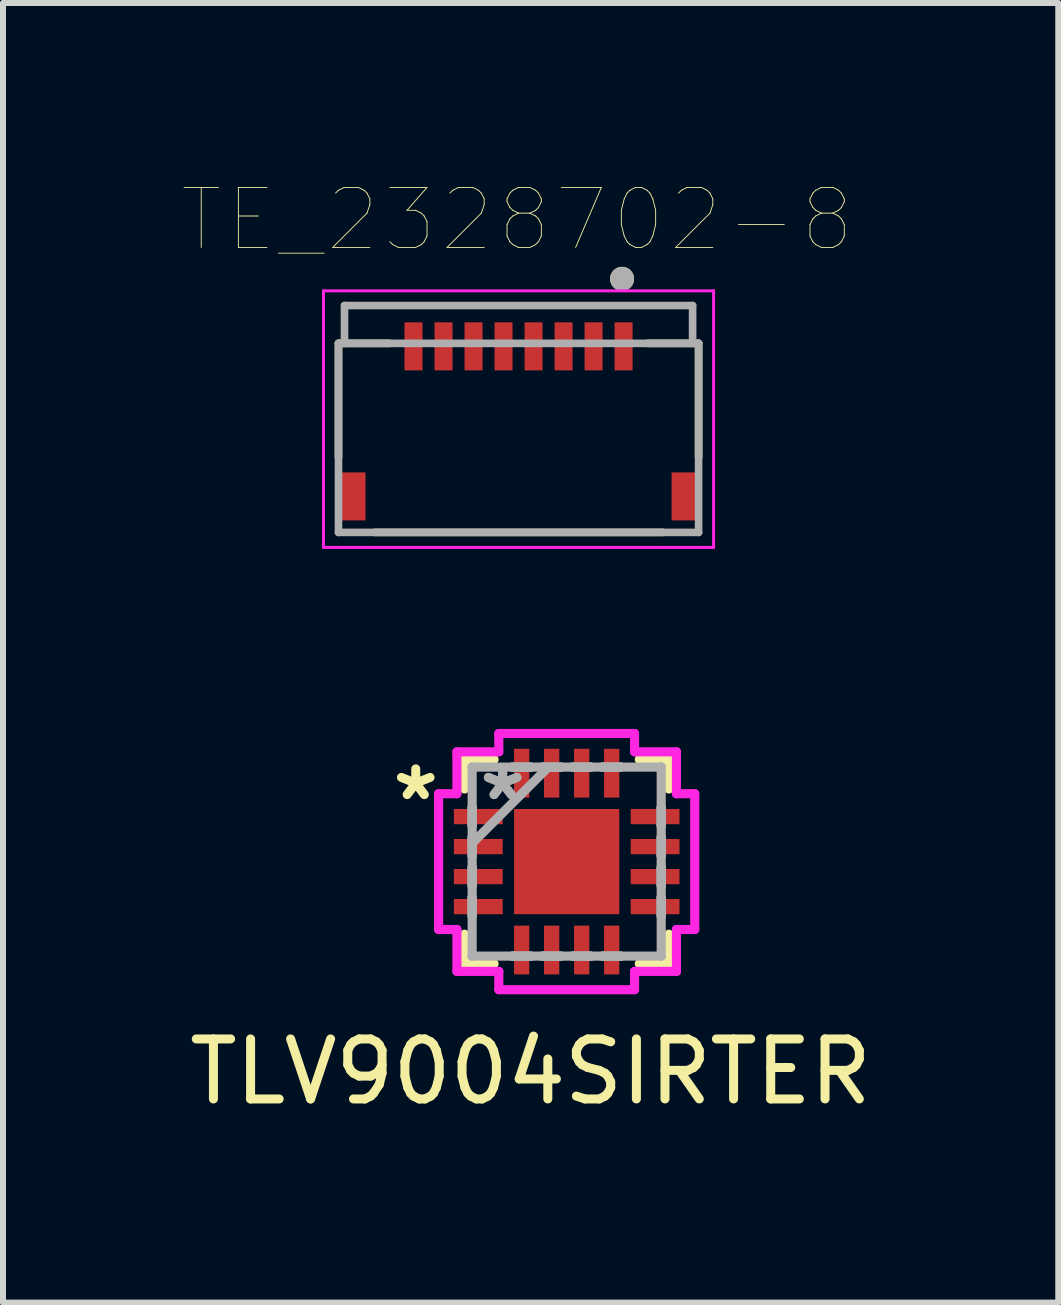
<source format=kicad_pcb>
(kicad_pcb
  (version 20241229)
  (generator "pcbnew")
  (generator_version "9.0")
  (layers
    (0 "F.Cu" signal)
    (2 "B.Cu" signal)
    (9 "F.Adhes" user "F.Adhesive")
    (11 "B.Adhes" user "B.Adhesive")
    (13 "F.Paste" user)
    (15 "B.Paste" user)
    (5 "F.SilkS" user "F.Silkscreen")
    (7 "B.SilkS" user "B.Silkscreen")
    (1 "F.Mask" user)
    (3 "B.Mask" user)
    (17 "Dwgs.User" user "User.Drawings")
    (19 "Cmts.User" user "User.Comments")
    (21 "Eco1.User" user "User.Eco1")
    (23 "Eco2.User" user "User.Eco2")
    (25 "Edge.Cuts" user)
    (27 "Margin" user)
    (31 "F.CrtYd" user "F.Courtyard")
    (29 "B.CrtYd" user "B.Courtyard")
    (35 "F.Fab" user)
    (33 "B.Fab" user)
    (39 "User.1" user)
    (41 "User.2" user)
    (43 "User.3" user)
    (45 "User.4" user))
  (footprint "TLV9004SIRTER"
    (layer "F.Cu")
    (at 6.392 11.306)
    (property "Reference" "TLV9004SIRTER" (at -0.6 3.5 0) (layer "F.SilkS") (effects (font (size 1 1) (thickness 0.15))))
    (attr through_hole)
    (fp_line (start -1.702 -1.702) (end -1.702 -1.21) (stroke (width 0.152) (type solid)) (layer "F.SilkS"))
    (fp_line (start -1.702 1.21) (end -1.702 1.702) (stroke (width 0.152) (type solid)) (layer "F.SilkS"))
    (fp_line (start -1.702 1.702) (end -1.21 1.702) (stroke (width 0.152) (type solid)) (layer "F.SilkS"))
    (fp_line (start -1.21 -1.702) (end -1.702 -1.702) (stroke (width 0.152) (type solid)) (layer "F.SilkS"))
    (fp_line (start 1.21 1.702) (end 1.702 1.702) (stroke (width 0.152) (type solid)) (layer "F.SilkS"))
    (fp_line (start 1.702 -1.702) (end 1.21 -1.702) (stroke (width 0.152) (type solid)) (layer "F.SilkS"))
    (fp_line (start 1.702 -1.21) (end 1.702 -1.702) (stroke (width 0.152) (type solid)) (layer "F.SilkS"))
    (fp_line (start 1.702 1.702) (end 1.702 1.21) (stroke (width 0.152) (type solid)) (layer "F.SilkS"))
    (fp_line (start -2.134 -1.131) (end -1.829 -1.131) (stroke (width 0.152) (type solid)) (layer "F.CrtYd"))
    (fp_line (start -2.134 1.131) (end -2.134 -1.131) (stroke (width 0.152) (type solid)) (layer "F.CrtYd"))
    (fp_line (start -1.829 -1.829) (end -1.131 -1.829) (stroke (width 0.152) (type solid)) (layer "F.CrtYd"))
    (fp_line (start -1.829 -1.131) (end -1.829 -1.829) (stroke (width 0.152) (type solid)) (layer "F.CrtYd"))
    (fp_line (start -1.829 1.131) (end -2.134 1.131) (stroke (width 0.152) (type solid)) (layer "F.CrtYd"))
    (fp_line (start -1.829 1.829) (end -1.829 1.131) (stroke (width 0.152) (type solid)) (layer "F.CrtYd"))
    (fp_line (start -1.131 -2.134) (end 1.131 -2.134) (stroke (width 0.152) (type solid)) (layer "F.CrtYd"))
    (fp_line (start -1.131 -1.829) (end -1.131 -2.134) (stroke (width 0.152) (type solid)) (layer "F.CrtYd"))
    (fp_line (start -1.131 1.829) (end -1.829 1.829) (stroke (width 0.152) (type solid)) (layer "F.CrtYd"))
    (fp_line (start -1.131 2.134) (end -1.131 1.829) (stroke (width 0.152) (type solid)) (layer "F.CrtYd"))
    (fp_line (start 1.131 -2.134) (end 1.131 -1.829) (stroke (width 0.152) (type solid)) (layer "F.CrtYd"))
    (fp_line (start 1.131 -1.829) (end 1.829 -1.829) (stroke (width 0.152) (type solid)) (layer "F.CrtYd"))
    (fp_line (start 1.131 1.829) (end 1.131 2.134) (stroke (width 0.152) (type solid)) (layer "F.CrtYd"))
    (fp_line (start 1.131 2.134) (end -1.131 2.134) (stroke (width 0.152) (type solid)) (layer "F.CrtYd"))
    (fp_line (start 1.829 -1.829) (end 1.829 -1.131) (stroke (width 0.152) (type solid)) (layer "F.CrtYd"))
    (fp_line (start 1.829 -1.131) (end 2.134 -1.131) (stroke (width 0.152) (type solid)) (layer "F.CrtYd"))
    (fp_line (start 1.829 1.131) (end 1.829 1.829) (stroke (width 0.152) (type solid)) (layer "F.CrtYd"))
    (fp_line (start 1.829 1.829) (end 1.131 1.829) (stroke (width 0.152) (type solid)) (layer "F.CrtYd"))
    (fp_line (start 2.134 -1.131) (end 2.134 1.131) (stroke (width 0.152) (type solid)) (layer "F.CrtYd"))
    (fp_line (start 2.134 1.131) (end 1.829 1.131) (stroke (width 0.152) (type solid)) (layer "F.CrtYd"))
    (fp_line (start -1.575 -1.575) (end -1.575 -1.575) (stroke (width 0.152) (type solid)) (layer "F.Fab"))
    (fp_line (start -1.575 -1.575) (end -1.575 1.575) (stroke (width 0.152) (type solid)) (layer "F.Fab"))
    (fp_line (start -1.575 -0.902) (end -1.575 -0.902) (stroke (width 0.152) (type solid)) (layer "F.Fab"))
    (fp_line (start -1.575 -0.902) (end -1.575 -0.598) (stroke (width 0.152) (type solid)) (layer "F.Fab"))
    (fp_line (start -1.575 -0.598) (end -1.575 -0.902) (stroke (width 0.152) (type solid)) (layer "F.Fab"))
    (fp_line (start -1.575 -0.598) (end -1.575 -0.598) (stroke (width 0.152) (type solid)) (layer "F.Fab"))
    (fp_line (start -1.575 -0.402) (end -1.575 -0.402) (stroke (width 0.152) (type solid)) (layer "F.Fab"))
    (fp_line (start -1.575 -0.402) (end -1.575 -0.098) (stroke (width 0.152) (type solid)) (layer "F.Fab"))
    (fp_line (start -1.575 -0.305) (end -0.305 -1.575) (stroke (width 0.152) (type solid)) (layer "F.Fab"))
    (fp_line (start -1.575 -0.098) (end -1.575 -0.402) (stroke (width 0.152) (type solid)) (layer "F.Fab"))
    (fp_line (start -1.575 -0.098) (end -1.575 -0.098) (stroke (width 0.152) (type solid)) (layer "F.Fab"))
    (fp_line (start -1.575 0.098) (end -1.575 0.098) (stroke (width 0.152) (type solid)) (layer "F.Fab"))
    (fp_line (start -1.575 0.098) (end -1.575 0.402) (stroke (width 0.152) (type solid)) (layer "F.Fab"))
    (fp_line (start -1.575 0.402) (end -1.575 0.098) (stroke (width 0.152) (type solid)) (layer "F.Fab"))
    (fp_line (start -1.575 0.402) (end -1.575 0.402) (stroke (width 0.152) (type solid)) (layer "F.Fab"))
    (fp_line (start -1.575 0.598) (end -1.575 0.598) (stroke (width 0.152) (type solid)) (layer "F.Fab"))
    (fp_line (start -1.575 0.598) (end -1.575 0.902) (stroke (width 0.152) (type solid)) (layer "F.Fab"))
    (fp_line (start -1.575 0.902) (end -1.575 0.598) (stroke (width 0.152) (type solid)) (layer "F.Fab"))
    (fp_line (start -1.575 0.902) (end -1.575 0.902) (stroke (width 0.152) (type solid)) (layer "F.Fab"))
    (fp_line (start -1.575 1.575) (end -1.575 1.575) (stroke (width 0.152) (type solid)) (layer "F.Fab"))
    (fp_line (start -1.575 1.575) (end 1.575 1.575) (stroke (width 0.152) (type solid)) (layer "F.Fab"))
    (fp_line (start -0.902 -1.575) (end -0.902 -1.575) (stroke (width 0.152) (type solid)) (layer "F.Fab"))
    (fp_line (start -0.902 -1.575) (end -0.598 -1.575) (stroke (width 0.152) (type solid)) (layer "F.Fab"))
    (fp_line (start -0.902 1.575) (end -0.902 1.575) (stroke (width 0.152) (type solid)) (layer "F.Fab"))
    (fp_line (start -0.902 1.575) (end -0.598 1.575) (stroke (width 0.152) (type solid)) (layer "F.Fab"))
    (fp_line (start -0.598 -1.575) (end -0.902 -1.575) (stroke (width 0.152) (type solid)) (layer "F.Fab"))
    (fp_line (start -0.598 -1.575) (end -0.598 -1.575) (stroke (width 0.152) (type solid)) (layer "F.Fab"))
    (fp_line (start -0.598 1.575) (end -0.902 1.575) (stroke (width 0.152) (type solid)) (layer "F.Fab"))
    (fp_line (start -0.598 1.575) (end -0.598 1.575) (stroke (width 0.152) (type solid)) (layer "F.Fab"))
    (fp_line (start -0.402 -1.575) (end -0.402 -1.575) (stroke (width 0.152) (type solid)) (layer "F.Fab"))
    (fp_line (start -0.402 -1.575) (end -0.098 -1.575) (stroke (width 0.152) (type solid)) (layer "F.Fab"))
    (fp_line (start -0.402 1.575) (end -0.402 1.575) (stroke (width 0.152) (type solid)) (layer "F.Fab"))
    (fp_line (start -0.402 1.575) (end -0.098 1.575) (stroke (width 0.152) (type solid)) (layer "F.Fab"))
    (fp_line (start -0.098 -1.575) (end -0.402 -1.575) (stroke (width 0.152) (type solid)) (layer "F.Fab"))
    (fp_line (start -0.098 -1.575) (end -0.098 -1.575) (stroke (width 0.152) (type solid)) (layer "F.Fab"))
    (fp_line (start -0.098 1.575) (end -0.402 1.575) (stroke (width 0.152) (type solid)) (layer "F.Fab"))
    (fp_line (start -0.098 1.575) (end -0.098 1.575) (stroke (width 0.152) (type solid)) (layer "F.Fab"))
    (fp_line (start 0.098 -1.575) (end 0.098 -1.575) (stroke (width 0.152) (type solid)) (layer "F.Fab"))
    (fp_line (start 0.098 -1.575) (end 0.402 -1.575) (stroke (width 0.152) (type solid)) (layer "F.Fab"))
    (fp_line (start 0.098 1.575) (end 0.098 1.575) (stroke (width 0.152) (type solid)) (layer "F.Fab"))
    (fp_line (start 0.098 1.575) (end 0.402 1.575) (stroke (width 0.152) (type solid)) (layer "F.Fab"))
    (fp_line (start 0.402 -1.575) (end 0.098 -1.575) (stroke (width 0.152) (type solid)) (layer "F.Fab"))
    (fp_line (start 0.402 -1.575) (end 0.402 -1.575) (stroke (width 0.152) (type solid)) (layer "F.Fab"))
    (fp_line (start 0.402 1.575) (end 0.098 1.575) (stroke (width 0.152) (type solid)) (layer "F.Fab"))
    (fp_line (start 0.402 1.575) (end 0.402 1.575) (stroke (width 0.152) (type solid)) (layer "F.Fab"))
    (fp_line (start 0.598 -1.575) (end 0.598 -1.575) (stroke (width 0.152) (type solid)) (layer "F.Fab"))
    (fp_line (start 0.598 -1.575) (end 0.902 -1.575) (stroke (width 0.152) (type solid)) (layer "F.Fab"))
    (fp_line (start 0.598 1.575) (end 0.598 1.575) (stroke (width 0.152) (type solid)) (layer "F.Fab"))
    (fp_line (start 0.598 1.575) (end 0.902 1.575) (stroke (width 0.152) (type solid)) (layer "F.Fab"))
    (fp_line (start 0.902 -1.575) (end 0.598 -1.575) (stroke (width 0.152) (type solid)) (layer "F.Fab"))
    (fp_line (start 0.902 -1.575) (end 0.902 -1.575) (stroke (width 0.152) (type solid)) (layer "F.Fab"))
    (fp_line (start 0.902 1.575) (end 0.598 1.575) (stroke (width 0.152) (type solid)) (layer "F.Fab"))
    (fp_line (start 0.902 1.575) (end 0.902 1.575) (stroke (width 0.152) (type solid)) (layer "F.Fab"))
    (fp_line (start 1.575 -1.575) (end -1.575 -1.575) (stroke (width 0.152) (type solid)) (layer "F.Fab"))
    (fp_line (start 1.575 -1.575) (end 1.575 -1.575) (stroke (width 0.152) (type solid)) (layer "F.Fab"))
    (fp_line (start 1.575 -0.902) (end 1.575 -0.902) (stroke (width 0.152) (type solid)) (layer "F.Fab"))
    (fp_line (start 1.575 -0.902) (end 1.575 -0.598) (stroke (width 0.152) (type solid)) (layer "F.Fab"))
    (fp_line (start 1.575 -0.598) (end 1.575 -0.902) (stroke (width 0.152) (type solid)) (layer "F.Fab"))
    (fp_line (start 1.575 -0.598) (end 1.575 -0.598) (stroke (width 0.152) (type solid)) (layer "F.Fab"))
    (fp_line (start 1.575 -0.402) (end 1.575 -0.402) (stroke (width 0.152) (type solid)) (layer "F.Fab"))
    (fp_line (start 1.575 -0.402) (end 1.575 -0.098) (stroke (width 0.152) (type solid)) (layer "F.Fab"))
    (fp_line (start 1.575 -0.098) (end 1.575 -0.402) (stroke (width 0.152) (type solid)) (layer "F.Fab"))
    (fp_line (start 1.575 -0.098) (end 1.575 -0.098) (stroke (width 0.152) (type solid)) (layer "F.Fab"))
    (fp_line (start 1.575 0.098) (end 1.575 0.098) (stroke (width 0.152) (type solid)) (layer "F.Fab"))
    (fp_line (start 1.575 0.098) (end 1.575 0.402) (stroke (width 0.152) (type solid)) (layer "F.Fab"))
    (fp_line (start 1.575 0.402) (end 1.575 0.098) (stroke (width 0.152) (type solid)) (layer "F.Fab"))
    (fp_line (start 1.575 0.402) (end 1.575 0.402) (stroke (width 0.152) (type solid)) (layer "F.Fab"))
    (fp_line (start 1.575 0.598) (end 1.575 0.598) (stroke (width 0.152) (type solid)) (layer "F.Fab"))
    (fp_line (start 1.575 0.598) (end 1.575 0.902) (stroke (width 0.152) (type solid)) (layer "F.Fab"))
    (fp_line (start 1.575 0.902) (end 1.575 0.598) (stroke (width 0.152) (type solid)) (layer "F.Fab"))
    (fp_line (start 1.575 0.902) (end 1.575 0.902) (stroke (width 0.152) (type solid)) (layer "F.Fab"))
    (fp_line (start 1.575 1.575) (end 1.575 -1.575) (stroke (width 0.152) (type solid)) (layer "F.Fab"))
    (fp_line (start 1.575 1.575) (end 1.575 1.575) (stroke (width 0.152) (type solid)) (layer "F.Fab"))
    (fp_text user "*" (at -2.515 -1 0) (layer "F.SilkS") (effects (font (size 1 1) (thickness 0.15))))
    (fp_text user "*" (at -1.067 -1 0) (layer "F.Fab") (effects (font (size 1 1) (thickness 0.15))))
    (fp_text user "*" (at -1.067 -1 0) (layer "F.Fab") (effects (font (size 1 1) (thickness 0.15))))
    (pad "1" smd rect (at -1.473 -0.75 90) (size 0.254 0.813) (layers "F.Cu" "F.Mask" "F.Paste"))
    (pad "2" smd rect (at -1.473 -0.25 90) (size 0.254 0.813) (layers "F.Cu" "F.Mask" "F.Paste"))
    (pad "3" smd rect (at -1.473 0.25 90) (size 0.254 0.813) (layers "F.Cu" "F.Mask" "F.Paste"))
    (pad "4" smd rect (at -1.473 0.75 90) (size 0.254 0.813) (layers "F.Cu" "F.Mask" "F.Paste"))
    (pad "5" smd rect (at -0.75 1.473) (size 0.254 0.813) (layers "F.Cu" "F.Mask" "F.Paste"))
    (pad "6" smd rect (at -0.25 1.473) (size 0.254 0.813) (layers "F.Cu" "F.Mask" "F.Paste"))
    (pad "7" smd rect (at 0.25 1.473) (size 0.254 0.813) (layers "F.Cu" "F.Mask" "F.Paste"))
    (pad "8" smd rect (at 0.75 1.473) (size 0.254 0.813) (layers "F.Cu" "F.Mask" "F.Paste"))
    (pad "9" smd rect (at 1.473 0.75 90) (size 0.254 0.813) (layers "F.Cu" "F.Mask" "F.Paste"))
    (pad "10" smd rect (at 1.473 0.25 90) (size 0.254 0.813) (layers "F.Cu" "F.Mask" "F.Paste"))
    (pad "11" smd rect (at 1.473 -0.25 90) (size 0.254 0.813) (layers "F.Cu" "F.Mask" "F.Paste"))
    (pad "12" smd rect (at 1.473 -0.75 90) (size 0.254 0.813) (layers "F.Cu" "F.Mask" "F.Paste"))
    (pad "13" smd rect (at 0.75 -1.473) (size 0.254 0.813) (layers "F.Cu" "F.Mask" "F.Paste"))
    (pad "14" smd rect (at 0.25 -1.473) (size 0.254 0.813) (layers "F.Cu" "F.Mask" "F.Paste"))
    (pad "15" smd rect (at -0.25 -1.473) (size 0.254 0.813) (layers "F.Cu" "F.Mask" "F.Paste"))
    (pad "16" smd rect (at -0.75 -1.473) (size 0.254 0.813) (layers "F.Cu" "F.Mask" "F.Paste"))
    (pad "17" smd rect (at 0 0) (size 1.753 1.753) (layers "F.Cu" "F.Mask" "F.Paste")))
  (footprint "TE_2328702-8"
    (layer "F.Cu")
    (at 7.34 2.721)
    (property "Reference" "TE_2328702-8" (at -1.775 -2.11 0) (layer "F.SilkS") (effects (font (size 1 1) (thickness 0.015))))
    (attr through_hole)
    (fp_line (start -4.75 -0.05) (end -4.75 1.85) (stroke (width 0.127) (type solid)) (layer "F.SilkS"))
    (fp_line (start -4.15 3.1) (end 0.65 3.1) (stroke (width 0.127) (type solid)) (layer "F.SilkS"))
    (fp_line (start -3.9 -0.05) (end -4.75 -0.05) (stroke (width 0.127) (type solid)) (layer "F.SilkS"))
    (fp_line (start 0.4 -0.05) (end 1.25 -0.05) (stroke (width 0.127) (type solid)) (layer "F.SilkS"))
    (fp_line (start 1.25 -0.05) (end 1.25 1.85) (stroke (width 0.127) (type solid)) (layer "F.SilkS"))
    (fp_circle (center -0.025 -1.125) (end 0.075 -1.125) (stroke (width 0.2) (type solid)) (fill no) (layer "F.SilkS"))
    (fp_line (start -5 -0.925) (end 1.5 -0.925) (stroke (width 0.05) (type solid)) (layer "F.CrtYd"))
    (fp_line (start -5 3.35) (end -5 -0.925) (stroke (width 0.05) (type solid)) (layer "F.CrtYd"))
    (fp_line (start 1.5 -0.925) (end 1.5 3.35) (stroke (width 0.05) (type solid)) (layer "F.CrtYd"))
    (fp_line (start 1.5 3.35) (end -5 3.35) (stroke (width 0.05) (type solid)) (layer "F.CrtYd"))
    (fp_line (start -4.75 -0.05) (end -4.65 -0.05) (stroke (width 0.127) (type solid)) (layer "F.Fab"))
    (fp_line (start -4.75 3.1) (end -4.75 -0.05) (stroke (width 0.127) (type solid)) (layer "F.Fab"))
    (fp_line (start -4.65 -0.68) (end 1.15 -0.68) (stroke (width 0.127) (type solid)) (layer "F.Fab"))
    (fp_line (start -4.65 -0.05) (end -4.65 -0.68) (stroke (width 0.127) (type solid)) (layer "F.Fab"))
    (fp_line (start -4.65 -0.05) (end 1.15 -0.05) (stroke (width 0.127) (type solid)) (layer "F.Fab"))
    (fp_line (start 1.15 -0.68) (end 1.15 -0.05) (stroke (width 0.127) (type solid)) (layer "F.Fab"))
    (fp_line (start 1.15 -0.05) (end 1.25 -0.05) (stroke (width 0.127) (type solid)) (layer "F.Fab"))
    (fp_line (start 1.25 -0.05) (end 1.25 3.1) (stroke (width 0.127) (type solid)) (layer "F.Fab"))
    (fp_line (start 1.25 3.1) (end -4.75 3.1) (stroke (width 0.127) (type solid)) (layer "F.Fab"))
    (fp_circle (center -0.025 -1.125) (end 0.075 -1.125) (stroke (width 0.2) (type solid)) (fill no) (layer "F.Fab"))
    (pad "1" smd rect (at 0 0) (size 0.3 0.8) (layers "F.Cu" "F.Mask" "F.Paste"))
    (pad "2" smd rect (at -0.5 0) (size 0.3 0.8) (layers "F.Cu" "F.Mask" "F.Paste"))
    (pad "3" smd rect (at -1 0) (size 0.3 0.8) (layers "F.Cu" "F.Mask" "F.Paste"))
    (pad "4" smd rect (at -1.5 0) (size 0.3 0.8) (layers "F.Cu" "F.Mask" "F.Paste"))
    (pad "5" smd rect (at -2 0) (size 0.3 0.8) (layers "F.Cu" "F.Mask" "F.Paste"))
    (pad "6" smd rect (at -2.5 0) (size 0.3 0.8) (layers "F.Cu" "F.Mask" "F.Paste"))
    (pad "7" smd rect (at -3 0) (size 0.3 0.8) (layers "F.Cu" "F.Mask" "F.Paste"))
    (pad "8" smd rect (at -3.5 0) (size 0.3 0.8) (layers "F.Cu" "F.Mask" "F.Paste"))
    (pad "S1" smd rect (at 1 2.5) (size 0.4 0.8) (layers "F.Cu" "F.Mask" "F.Paste"))
    (pad "S2" smd rect (at -4.5 2.5) (size 0.4 0.8) (layers "F.Cu" "F.Mask" "F.Paste")))
  (gr_rect
    (start -3 -3)
    (end 14.583 18.654)
    (stroke (width 0.1) (type default))
    (fill no)
    (layer "Edge.Cuts")))
</source>
